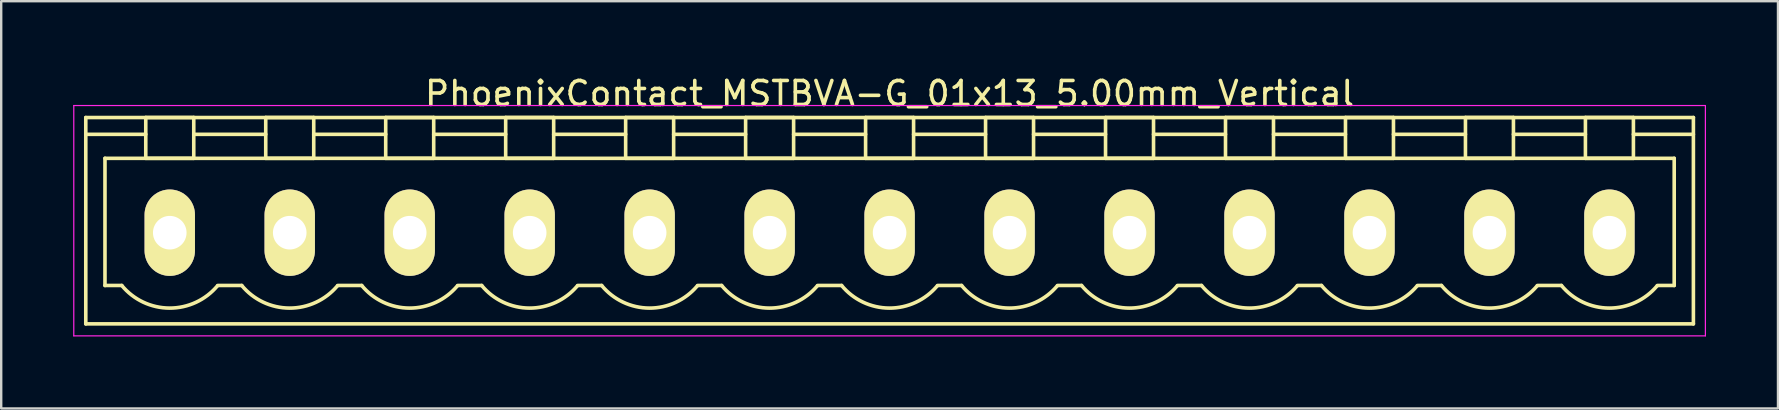
<source format=kicad_pcb>
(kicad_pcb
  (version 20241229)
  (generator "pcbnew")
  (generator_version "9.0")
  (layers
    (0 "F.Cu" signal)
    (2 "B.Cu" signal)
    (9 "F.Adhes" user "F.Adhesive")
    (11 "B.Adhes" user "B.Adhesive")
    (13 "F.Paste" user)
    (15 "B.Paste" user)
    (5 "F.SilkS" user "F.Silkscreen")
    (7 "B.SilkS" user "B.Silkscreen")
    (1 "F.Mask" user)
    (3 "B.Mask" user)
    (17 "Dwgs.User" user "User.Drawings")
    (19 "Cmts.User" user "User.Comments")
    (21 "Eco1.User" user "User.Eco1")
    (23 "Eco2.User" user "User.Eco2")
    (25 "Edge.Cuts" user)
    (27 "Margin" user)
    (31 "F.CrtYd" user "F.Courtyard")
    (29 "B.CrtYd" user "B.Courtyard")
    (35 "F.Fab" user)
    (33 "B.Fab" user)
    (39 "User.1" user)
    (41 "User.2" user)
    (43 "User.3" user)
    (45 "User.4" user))
  (footprint "PhoenixContact_MSTBVA-G_01x13_5.00mm_Vertical"
    (layer "F.Cu")
    (at 4.025 6.648)
    (property "Reference" "PhoenixContact_MSTBVA-G_01x13_5.00mm_Vertical" (at 30 -5.8 0) (layer "F.SilkS") (effects (font (size 1 1) (thickness 0.15))))
    (attr through_hole)
    (fp_line (start -3.5 -4.8) (end -3.5 3.8) (stroke (width 0.15) (type solid)) (layer "F.SilkS"))
    (fp_line (start -3.5 -4.1) (end -1 -4.1) (stroke (width 0.15) (type solid)) (layer "F.SilkS"))
    (fp_line (start -3.5 3.8) (end 63.5 3.8) (stroke (width 0.15) (type solid)) (layer "F.SilkS"))
    (fp_line (start -2.7 -3.1) (end 62.7 -3.1) (stroke (width 0.15) (type solid)) (layer "F.SilkS"))
    (fp_line (start -2.7 2.2) (end -2.7 -3.1) (stroke (width 0.15) (type solid)) (layer "F.SilkS"))
    (fp_line (start -2 2.2) (end -2.7 2.2) (stroke (width 0.15) (type solid)) (layer "F.SilkS"))
    (fp_line (start -1 -4.8) (end 1 -4.8) (stroke (width 0.15) (type solid)) (layer "F.SilkS"))
    (fp_line (start -1 -3.1) (end -1 -4.8) (stroke (width 0.15) (type solid)) (layer "F.SilkS"))
    (fp_line (start 1 -4.8) (end 1 -3.1) (stroke (width 0.15) (type solid)) (layer "F.SilkS"))
    (fp_line (start 1 -4.1) (end 4 -4.1) (stroke (width 0.15) (type solid)) (layer "F.SilkS"))
    (fp_line (start 1 -3.1) (end -1 -3.1) (stroke (width 0.15) (type solid)) (layer "F.SilkS"))
    (fp_line (start 2 2.2) (end 3 2.2) (stroke (width 0.15) (type solid)) (layer "F.SilkS"))
    (fp_line (start 4 -4.8) (end 6 -4.8) (stroke (width 0.15) (type solid)) (layer "F.SilkS"))
    (fp_line (start 4 -3.1) (end 4 -4.8) (stroke (width 0.15) (type solid)) (layer "F.SilkS"))
    (fp_line (start 6 -4.8) (end 6 -3.1) (stroke (width 0.15) (type solid)) (layer "F.SilkS"))
    (fp_line (start 6 -4.1) (end 9 -4.1) (stroke (width 0.15) (type solid)) (layer "F.SilkS"))
    (fp_line (start 6 -3.1) (end 4 -3.1) (stroke (width 0.15) (type solid)) (layer "F.SilkS"))
    (fp_line (start 7 2.2) (end 8 2.2) (stroke (width 0.15) (type solid)) (layer "F.SilkS"))
    (fp_line (start 9 -4.8) (end 11 -4.8) (stroke (width 0.15) (type solid)) (layer "F.SilkS"))
    (fp_line (start 9 -3.1) (end 9 -4.8) (stroke (width 0.15) (type solid)) (layer "F.SilkS"))
    (fp_line (start 11 -4.8) (end 11 -3.1) (stroke (width 0.15) (type solid)) (layer "F.SilkS"))
    (fp_line (start 11 -4.1) (end 14 -4.1) (stroke (width 0.15) (type solid)) (layer "F.SilkS"))
    (fp_line (start 11 -3.1) (end 9 -3.1) (stroke (width 0.15) (type solid)) (layer "F.SilkS"))
    (fp_line (start 12 2.2) (end 13 2.2) (stroke (width 0.15) (type solid)) (layer "F.SilkS"))
    (fp_line (start 14 -4.8) (end 16 -4.8) (stroke (width 0.15) (type solid)) (layer "F.SilkS"))
    (fp_line (start 14 -3.1) (end 14 -4.8) (stroke (width 0.15) (type solid)) (layer "F.SilkS"))
    (fp_line (start 16 -4.8) (end 16 -3.1) (stroke (width 0.15) (type solid)) (layer "F.SilkS"))
    (fp_line (start 16 -4.1) (end 19 -4.1) (stroke (width 0.15) (type solid)) (layer "F.SilkS"))
    (fp_line (start 16 -3.1) (end 14 -3.1) (stroke (width 0.15) (type solid)) (layer "F.SilkS"))
    (fp_line (start 17 2.2) (end 18 2.2) (stroke (width 0.15) (type solid)) (layer "F.SilkS"))
    (fp_line (start 19 -4.8) (end 21 -4.8) (stroke (width 0.15) (type solid)) (layer "F.SilkS"))
    (fp_line (start 19 -3.1) (end 19 -4.8) (stroke (width 0.15) (type solid)) (layer "F.SilkS"))
    (fp_line (start 21 -4.8) (end 21 -3.1) (stroke (width 0.15) (type solid)) (layer "F.SilkS"))
    (fp_line (start 21 -4.1) (end 24 -4.1) (stroke (width 0.15) (type solid)) (layer "F.SilkS"))
    (fp_line (start 21 -3.1) (end 19 -3.1) (stroke (width 0.15) (type solid)) (layer "F.SilkS"))
    (fp_line (start 22 2.2) (end 23 2.2) (stroke (width 0.15) (type solid)) (layer "F.SilkS"))
    (fp_line (start 24 -4.8) (end 26 -4.8) (stroke (width 0.15) (type solid)) (layer "F.SilkS"))
    (fp_line (start 24 -3.1) (end 24 -4.8) (stroke (width 0.15) (type solid)) (layer "F.SilkS"))
    (fp_line (start 26 -4.8) (end 26 -3.1) (stroke (width 0.15) (type solid)) (layer "F.SilkS"))
    (fp_line (start 26 -4.1) (end 29 -4.1) (stroke (width 0.15) (type solid)) (layer "F.SilkS"))
    (fp_line (start 26 -3.1) (end 24 -3.1) (stroke (width 0.15) (type solid)) (layer "F.SilkS"))
    (fp_line (start 27 2.2) (end 28 2.2) (stroke (width 0.15) (type solid)) (layer "F.SilkS"))
    (fp_line (start 29 -4.8) (end 31 -4.8) (stroke (width 0.15) (type solid)) (layer "F.SilkS"))
    (fp_line (start 29 -3.1) (end 29 -4.8) (stroke (width 0.15) (type solid)) (layer "F.SilkS"))
    (fp_line (start 31 -4.8) (end 31 -3.1) (stroke (width 0.15) (type solid)) (layer "F.SilkS"))
    (fp_line (start 31 -4.1) (end 34 -4.1) (stroke (width 0.15) (type solid)) (layer "F.SilkS"))
    (fp_line (start 31 -3.1) (end 29 -3.1) (stroke (width 0.15) (type solid)) (layer "F.SilkS"))
    (fp_line (start 32 2.2) (end 33 2.2) (stroke (width 0.15) (type solid)) (layer "F.SilkS"))
    (fp_line (start 34 -4.8) (end 36 -4.8) (stroke (width 0.15) (type solid)) (layer "F.SilkS"))
    (fp_line (start 34 -3.1) (end 34 -4.8) (stroke (width 0.15) (type solid)) (layer "F.SilkS"))
    (fp_line (start 36 -4.8) (end 36 -3.1) (stroke (width 0.15) (type solid)) (layer "F.SilkS"))
    (fp_line (start 36 -4.1) (end 39 -4.1) (stroke (width 0.15) (type solid)) (layer "F.SilkS"))
    (fp_line (start 36 -3.1) (end 34 -3.1) (stroke (width 0.15) (type solid)) (layer "F.SilkS"))
    (fp_line (start 37 2.2) (end 38 2.2) (stroke (width 0.15) (type solid)) (layer "F.SilkS"))
    (fp_line (start 39 -4.8) (end 41 -4.8) (stroke (width 0.15) (type solid)) (layer "F.SilkS"))
    (fp_line (start 39 -3.1) (end 39 -4.8) (stroke (width 0.15) (type solid)) (layer "F.SilkS"))
    (fp_line (start 41 -4.8) (end 41 -3.1) (stroke (width 0.15) (type solid)) (layer "F.SilkS"))
    (fp_line (start 41 -4.1) (end 44 -4.1) (stroke (width 0.15) (type solid)) (layer "F.SilkS"))
    (fp_line (start 41 -3.1) (end 39 -3.1) (stroke (width 0.15) (type solid)) (layer "F.SilkS"))
    (fp_line (start 42 2.2) (end 43 2.2) (stroke (width 0.15) (type solid)) (layer "F.SilkS"))
    (fp_line (start 44 -4.8) (end 46 -4.8) (stroke (width 0.15) (type solid)) (layer "F.SilkS"))
    (fp_line (start 44 -3.1) (end 44 -4.8) (stroke (width 0.15) (type solid)) (layer "F.SilkS"))
    (fp_line (start 46 -4.8) (end 46 -3.1) (stroke (width 0.15) (type solid)) (layer "F.SilkS"))
    (fp_line (start 46 -4.1) (end 49 -4.1) (stroke (width 0.15) (type solid)) (layer "F.SilkS"))
    (fp_line (start 46 -3.1) (end 44 -3.1) (stroke (width 0.15) (type solid)) (layer "F.SilkS"))
    (fp_line (start 47 2.2) (end 48 2.2) (stroke (width 0.15) (type solid)) (layer "F.SilkS"))
    (fp_line (start 49 -4.8) (end 51 -4.8) (stroke (width 0.15) (type solid)) (layer "F.SilkS"))
    (fp_line (start 49 -3.1) (end 49 -4.8) (stroke (width 0.15) (type solid)) (layer "F.SilkS"))
    (fp_line (start 51 -4.8) (end 51 -3.1) (stroke (width 0.15) (type solid)) (layer "F.SilkS"))
    (fp_line (start 51 -4.1) (end 54 -4.1) (stroke (width 0.15) (type solid)) (layer "F.SilkS"))
    (fp_line (start 51 -3.1) (end 49 -3.1) (stroke (width 0.15) (type solid)) (layer "F.SilkS"))
    (fp_line (start 52 2.2) (end 53 2.2) (stroke (width 0.15) (type solid)) (layer "F.SilkS"))
    (fp_line (start 54 -4.8) (end 56 -4.8) (stroke (width 0.15) (type solid)) (layer "F.SilkS"))
    (fp_line (start 54 -3.1) (end 54 -4.8) (stroke (width 0.15) (type solid)) (layer "F.SilkS"))
    (fp_line (start 56 -4.8) (end 56 -3.1) (stroke (width 0.15) (type solid)) (layer "F.SilkS"))
    (fp_line (start 56 -4.1) (end 59 -4.1) (stroke (width 0.15) (type solid)) (layer "F.SilkS"))
    (fp_line (start 56 -3.1) (end 54 -3.1) (stroke (width 0.15) (type solid)) (layer "F.SilkS"))
    (fp_line (start 57 2.2) (end 58 2.2) (stroke (width 0.15) (type solid)) (layer "F.SilkS"))
    (fp_line (start 59 -4.8) (end 61 -4.8) (stroke (width 0.15) (type solid)) (layer "F.SilkS"))
    (fp_line (start 59 -3.1) (end 59 -4.8) (stroke (width 0.15) (type solid)) (layer "F.SilkS"))
    (fp_line (start 61 -4.8) (end 61 -3.1) (stroke (width 0.15) (type solid)) (layer "F.SilkS"))
    (fp_line (start 61 -3.1) (end 59 -3.1) (stroke (width 0.15) (type solid)) (layer "F.SilkS"))
    (fp_line (start 62.7 -3.1) (end 62.7 2.2) (stroke (width 0.15) (type solid)) (layer "F.SilkS"))
    (fp_line (start 62.7 2.2) (end 62 2.2) (stroke (width 0.15) (type solid)) (layer "F.SilkS"))
    (fp_line (start 63.5 -4.8) (end -3.5 -4.8) (stroke (width 0.15) (type solid)) (layer "F.SilkS"))
    (fp_line (start 63.5 -4.1) (end 61 -4.1) (stroke (width 0.15) (type solid)) (layer "F.SilkS"))
    (fp_line (start 63.5 3.8) (end 63.5 -4.8) (stroke (width 0.15) (type solid)) (layer "F.SilkS"))
    (fp_arc (start 1.986842 2.215821) (mid -0.010289 3.142758) (end -2 2.2) (stroke (width 0.15) (type solid)) (layer "F.SilkS"))
    (fp_arc (start 6.986842 2.215821) (mid 4.989711 3.142758) (end 3 2.2) (stroke (width 0.15) (type solid)) (layer "F.SilkS"))
    (fp_arc (start 11.986842 2.215821) (mid 9.989711 3.142758) (end 8 2.2) (stroke (width 0.15) (type solid)) (layer "F.SilkS"))
    (fp_arc (start 16.986842 2.215821) (mid 14.989711 3.142758) (end 13 2.2) (stroke (width 0.15) (type solid)) (layer "F.SilkS"))
    (fp_arc (start 21.986842 2.215821) (mid 19.989711 3.142758) (end 18 2.2) (stroke (width 0.15) (type solid)) (layer "F.SilkS"))
    (fp_arc (start 26.986842 2.215821) (mid 24.989711 3.142758) (end 23 2.2) (stroke (width 0.15) (type solid)) (layer "F.SilkS"))
    (fp_arc (start 31.986842 2.215821) (mid 29.989711 3.142758) (end 28 2.2) (stroke (width 0.15) (type solid)) (layer "F.SilkS"))
    (fp_arc (start 36.986842 2.215821) (mid 34.989711 3.142758) (end 33 2.2) (stroke (width 0.15) (type solid)) (layer "F.SilkS"))
    (fp_arc (start 41.986842 2.215821) (mid 39.989711 3.142758) (end 38 2.2) (stroke (width 0.15) (type solid)) (layer "F.SilkS"))
    (fp_arc (start 46.986842 2.215821) (mid 44.989711 3.142758) (end 43 2.2) (stroke (width 0.15) (type solid)) (layer "F.SilkS"))
    (fp_arc (start 51.986842 2.215821) (mid 49.989711 3.142758) (end 48 2.2) (stroke (width 0.15) (type solid)) (layer "F.SilkS"))
    (fp_arc (start 56.986842 2.215821) (mid 54.989711 3.142758) (end 53 2.2) (stroke (width 0.15) (type solid)) (layer "F.SilkS"))
    (fp_arc (start 61.986842 2.215821) (mid 59.989711 3.142758) (end 58 2.2) (stroke (width 0.15) (type solid)) (layer "F.SilkS"))
    (fp_line (start -4 -5.3) (end -4 4.3) (stroke (width 0.05) (type solid)) (layer "F.CrtYd"))
    (fp_line (start -4 4.3) (end 64 4.3) (stroke (width 0.05) (type solid)) (layer "F.CrtYd"))
    (fp_line (start 64 -5.3) (end -4 -5.3) (stroke (width 0.05) (type solid)) (layer "F.CrtYd"))
    (fp_line (start 64 4.3) (end 64 -5.3) (stroke (width 0.05) (type solid)) (layer "F.CrtYd"))
    (pad "1" thru_hole oval (at 0 0) (size 2.1 3.6) (drill 1.4) (layers "*.Cu" "*.Mask" "F.SilkS"))
    (pad "2" thru_hole oval (at 5 0) (size 2.1 3.6) (drill 1.4) (layers "*.Cu" "*.Mask" "F.SilkS"))
    (pad "3" thru_hole oval (at 10 0) (size 2.1 3.6) (drill 1.4) (layers "*.Cu" "*.Mask" "F.SilkS"))
    (pad "4" thru_hole oval (at 15 0) (size 2.1 3.6) (drill 1.4) (layers "*.Cu" "*.Mask" "F.SilkS"))
    (pad "5" thru_hole oval (at 20 0) (size 2.1 3.6) (drill 1.4) (layers "*.Cu" "*.Mask" "F.SilkS"))
    (pad "6" thru_hole oval (at 25 0) (size 2.1 3.6) (drill 1.4) (layers "*.Cu" "*.Mask" "F.SilkS"))
    (pad "7" thru_hole oval (at 30 0) (size 2.1 3.6) (drill 1.4) (layers "*.Cu" "*.Mask" "F.SilkS"))
    (pad "8" thru_hole oval (at 35 0) (size 2.1 3.6) (drill 1.4) (layers "*.Cu" "*.Mask" "F.SilkS"))
    (pad "9" thru_hole oval (at 40 0) (size 2.1 3.6) (drill 1.4) (layers "*.Cu" "*.Mask" "F.SilkS"))
    (pad "10" thru_hole oval (at 45 0) (size 2.1 3.6) (drill 1.4) (layers "*.Cu" "*.Mask" "F.SilkS"))
    (pad "11" thru_hole oval (at 50 0) (size 2.1 3.6) (drill 1.4) (layers "*.Cu" "*.Mask" "F.SilkS"))
    (pad "12" thru_hole oval (at 55 0) (size 2.1 3.6) (drill 1.4) (layers "*.Cu" "*.Mask" "F.SilkS"))
    (pad "13" thru_hole oval (at 60 0) (size 2.1 3.6) (drill 1.4) (layers "*.Cu" "*.Mask" "F.SilkS")))
  (gr_rect
    (start -3 -3)
    (end 71.05 13.973)
    (stroke (width 0.1) (type default))
    (fill no)
    (layer "Edge.Cuts")))
</source>
